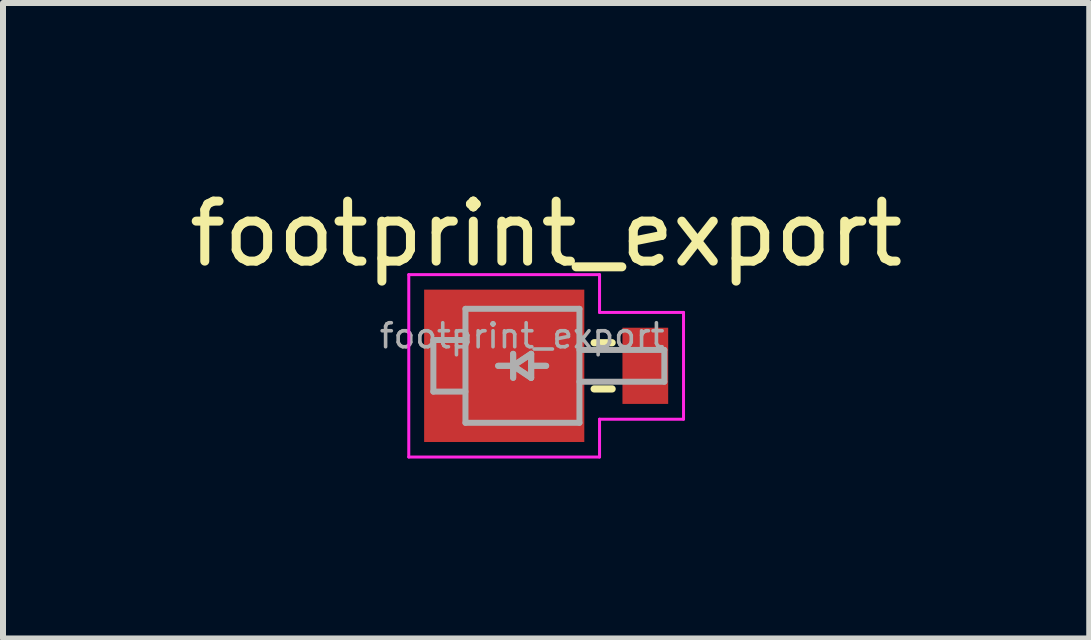
<source format=kicad_pcb>
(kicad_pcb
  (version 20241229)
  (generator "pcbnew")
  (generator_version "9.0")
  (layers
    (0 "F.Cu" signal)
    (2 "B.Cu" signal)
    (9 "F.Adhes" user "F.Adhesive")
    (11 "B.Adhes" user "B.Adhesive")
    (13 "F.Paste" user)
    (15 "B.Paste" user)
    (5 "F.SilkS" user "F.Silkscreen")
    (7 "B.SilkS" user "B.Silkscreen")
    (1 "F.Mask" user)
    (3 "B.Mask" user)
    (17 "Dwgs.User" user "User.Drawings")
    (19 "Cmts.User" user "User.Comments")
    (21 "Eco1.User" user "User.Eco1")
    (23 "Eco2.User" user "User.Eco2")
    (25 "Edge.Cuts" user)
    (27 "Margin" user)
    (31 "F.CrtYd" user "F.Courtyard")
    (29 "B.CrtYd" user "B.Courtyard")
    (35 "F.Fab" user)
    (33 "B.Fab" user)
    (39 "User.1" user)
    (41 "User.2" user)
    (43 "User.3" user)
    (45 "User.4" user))
  (footprint "footprint_export"
    (layer "F.Cu")
    (at 6.054 3.048)
    (property "Reference" "footprint_export" (at 0 -2.2 0) (layer "F.SilkS") (effects (font (size 1 1) (thickness 0.15))))
    (attr smd)
    (fp_line (start 1.1 -0.385) (end 0.8 -0.385) (stroke (width 0.12) (type solid)) (layer "F.SilkS"))
    (fp_line (start 1.1 0.385) (end 0.8 0.385) (stroke (width 0.12) (type solid)) (layer "F.SilkS"))
    (fp_line (start -2.29 -1.52) (end -2.29 1.52) (stroke (width 0.05) (type solid)) (layer "F.CrtYd"))
    (fp_line (start -2.29 1.52) (end 0.89 1.52) (stroke (width 0.05) (type solid)) (layer "F.CrtYd"))
    (fp_line (start 0.89 -1.52) (end -2.29 -1.52) (stroke (width 0.05) (type solid)) (layer "F.CrtYd"))
    (fp_line (start 0.89 -0.89) (end 0.89 -1.52) (stroke (width 0.05) (type solid)) (layer "F.CrtYd"))
    (fp_line (start 0.89 0.89) (end 2.29 0.89) (stroke (width 0.05) (type solid)) (layer "F.CrtYd"))
    (fp_line (start 0.89 1.52) (end 0.89 0.89) (stroke (width 0.05) (type solid)) (layer "F.CrtYd"))
    (fp_line (start 2.29 -0.89) (end 0.89 -0.89) (stroke (width 0.05) (type solid)) (layer "F.CrtYd"))
    (fp_line (start 2.29 0.89) (end 2.29 -0.89) (stroke (width 0.05) (type solid)) (layer "F.CrtYd"))
    (fp_line (start -1.88 -0.43) (end -1.345 -0.43) (stroke (width 0.1) (type solid)) (layer "F.Fab"))
    (fp_line (start -1.88 0.43) (end -1.88 -0.43) (stroke (width 0.1) (type solid)) (layer "F.Fab"))
    (fp_line (start -1.345 -0.95) (end -1.345 0.95) (stroke (width 0.1) (type solid)) (layer "F.Fab"))
    (fp_line (start -1.345 0.43) (end -1.88 0.43) (stroke (width 0.1) (type solid)) (layer "F.Fab"))
    (fp_line (start -1.345 0.95) (end 0.555 0.95) (stroke (width 0.1) (type solid)) (layer "F.Fab"))
    (fp_line (start -0.55 0) (end -0.8 0) (stroke (width 0.1) (type solid)) (layer "F.Fab"))
    (fp_line (start -0.55 0) (end -0.8 0) (stroke (width 0.1) (type solid)) (layer "F.Fab"))
    (fp_line (start -0.55 0) (end -0.25 0.2) (stroke (width 0.1) (type solid)) (layer "F.Fab"))
    (fp_line (start -0.55 0) (end -0.25 0.2) (stroke (width 0.1) (type solid)) (layer "F.Fab"))
    (fp_line (start -0.55 0.2) (end -0.55 -0.2) (stroke (width 0.1) (type solid)) (layer "F.Fab"))
    (fp_line (start -0.55 0.2) (end -0.55 -0.2) (stroke (width 0.1) (type solid)) (layer "F.Fab"))
    (fp_line (start -0.25 -0.2) (end -0.55 0) (stroke (width 0.1) (type solid)) (layer "F.Fab"))
    (fp_line (start -0.25 -0.2) (end -0.55 0) (stroke (width 0.1) (type solid)) (layer "F.Fab"))
    (fp_line (start -0.25 0) (end 0 0) (stroke (width 0.1) (type solid)) (layer "F.Fab"))
    (fp_line (start -0.25 0) (end 0 0) (stroke (width 0.1) (type solid)) (layer "F.Fab"))
    (fp_line (start -0.25 0.2) (end -0.25 -0.2) (stroke (width 0.1) (type solid)) (layer "F.Fab"))
    (fp_line (start -0.25 0.2) (end -0.25 -0.2) (stroke (width 0.1) (type solid)) (layer "F.Fab"))
    (fp_line (start 0.555 -0.95) (end -1.345 -0.95) (stroke (width 0.1) (type solid)) (layer "F.Fab"))
    (fp_line (start 0.555 0.95) (end 0.555 -0.95) (stroke (width 0.1) (type solid)) (layer "F.Fab"))
    (fp_line (start 1.97 -0.265) (end 0.555 -0.265) (stroke (width 0.1) (type solid)) (layer "F.Fab"))
    (fp_line (start 1.97 0.265) (end 0.555 0.265) (stroke (width 0.1) (type solid)) (layer "F.Fab"))
    (fp_line (start 1.97 0.265) (end 1.97 -0.265) (stroke (width 0.1) (type solid)) (layer "F.Fab"))
    (fp_text user "${REFERENCE}" (at -0.4 -0.5 0) (layer "F.Fab") (effects (font (size 0.4 0.4) (thickness 0.06))))
    (pad "1" smd rect (at -0.699 0) (size 2.67 2.54) (layers "F.Cu" "F.Mask" "F.Paste"))
    (pad "2" smd rect (at 1.653 0) (size 0.762 1.27) (layers "F.Cu" "F.Mask" "F.Paste")))
  (gr_rect
    (start -3 -3)
    (end 15.107 7.593)
    (stroke (width 0.1) (type default))
    (fill no)
    (layer "Edge.Cuts")))
</source>
